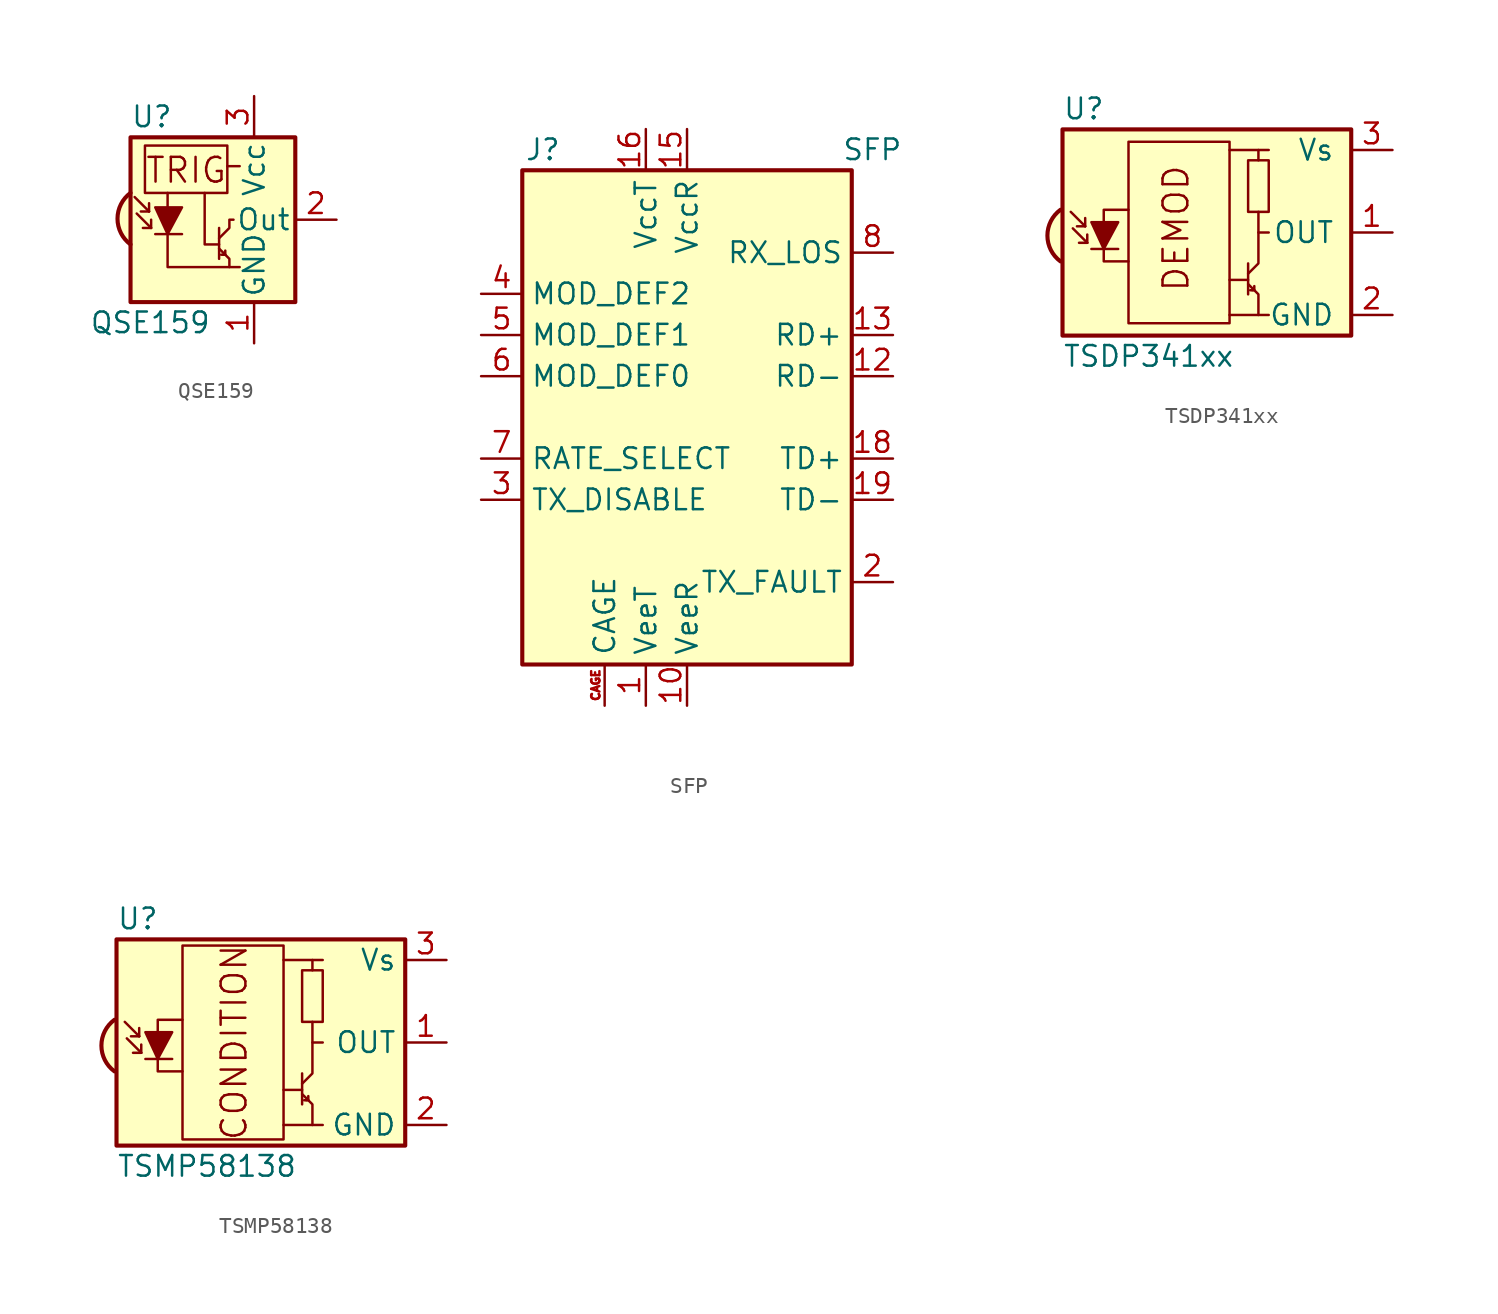
<source format=kicad_sym>
(kicad_symbol_lib
  (version 20211014)
  (generator kicad_symbol_editor)
  (symbol "QSE159"
    (pin_names
      (offset 0.254))
    (property "Reference" "U"
      (at -5.08 6.35 0)
      (effects (font (size 1.27 1.27)) (justify left)))
    (property "Value" "QSE159"
      (at -7.62 -6.35 0)
      (effects (font (size 1.27 1.27)) (justify left)))
    (symbol "QSE159_0_0"
      (arc (start -5.08 1.651) (mid -5.8829 0.0688) (end -5.08 -1.524) (stroke (width 0.254) (type default) (color 0 0 0 0)) (fill (type background)))
      (polyline (pts (xy 0.889 3.302) (xy 1.651 3.302)) (stroke (width 0) (type default) (color 0 0 0 0)) (fill (type none)))
      (polyline (pts (xy 0.381 -1.778) (xy 1.016 -2.413) (xy 1.016 -2.921)) (stroke (width 0) (type default) (color 0 0 0 0)) (fill (type none)))
      (polyline (pts (xy 0.381 -1.524) (xy -0.508 -1.524) (xy -0.508 1.651)) (stroke (width 0) (type default) (color 0 0 0 0)) (fill (type none)))
      (polyline (pts (xy 1.651 -2.921) (xy -2.794 -2.921) (xy -2.794 1.651)) (stroke (width 0) (type default) (color 0 0 0 0)) (fill (type none)))
      (polyline (pts (xy 0.381 -1.143) (xy 1.016 -0.508) (xy 1.016 0) (xy 1.27 0)) (stroke (width 0) (type default) (color 0 0 0 0)) (fill (type none)))
      (rectangle (start 0.889 4.572) (end -4.191 1.651) (stroke (width 0) (type default) (color 0 0 0 0)) (fill (type none)))
      (rectangle (start 5.08 5.08) (end -5.08 -5.08) (stroke (width 0.254) (type default) (color 0 0 0 0)) (fill (type background)))
      (text "TRIG" (at -1.651 3.048 0) (effects (font (size 1.524 1.524)))))
    (symbol "QSE159_0_1"
      (polyline (pts (xy -3.937 0.508) (xy -4.826 1.397)) (stroke (width 0) (type default) (color 0 0 0 0)) (fill (type none)))
      (polyline (pts (xy -3.937 0.508) (xy -4.445 0.508)) (stroke (width 0) (type default) (color 0 0 0 0)) (fill (type none)))
      (polyline (pts (xy -3.937 0.508) (xy -3.937 1.016)) (stroke (width 0) (type default) (color 0 0 0 0)) (fill (type none)))
      (polyline (pts (xy -3.81 -0.508) (xy -4.699 0.381)) (stroke (width 0) (type default) (color 0 0 0 0)) (fill (type none)))
      (polyline (pts (xy -3.81 -0.508) (xy -4.318 -0.508)) (stroke (width 0) (type default) (color 0 0 0 0)) (fill (type none)))
      (polyline (pts (xy -3.81 -0.508) (xy -3.81 0)) (stroke (width 0) (type default) (color 0 0 0 0)) (fill (type none)))
      (polyline (pts (xy -3.556 -0.889) (xy -1.905 -0.889)) (stroke (width 0) (type default) (color 0 0 0 0)) (fill (type none)))
      (polyline (pts (xy 0.381 -0.508) (xy 0.381 -2.413)) (stroke (width 0) (type default) (color 0 0 0 0)) (fill (type none)))
      (polyline (pts (xy 0.508 -2.159) (xy 0.635 -2.159)) (stroke (width 0) (type default) (color 0 0 0 0)) (fill (type none)))
      (polyline (pts (xy 0.762 -2.159) (xy 0.635 -2.159)) (stroke (width 0) (type default) (color 0 0 0 0)) (fill (type none)))
      (polyline (pts (xy 0.762 -2.159) (xy 0.762 -1.905)) (stroke (width 0) (type default) (color 0 0 0 0)) (fill (type none)))
      (polyline (pts (xy -3.556 0.762) (xy -1.905 0.762) (xy -2.794 -0.889) (xy -3.556 0.762)) (stroke (width 0) (type default) (color 0 0 0 0)) (fill (type outline))))
    (symbol "QSE159_1_1"
      (pin power_in line (at 2.54 -7.62 90) (length 2.54) (name "GND" (effects (font (size 1.27 1.27)))) (number "1" (effects (font (size 1.27 1.27)))))
      (pin output line (at 7.62 0 180) (length 2.54) (name "Out" (effects (font (size 1.27 1.27)))) (number "2" (effects (font (size 1.27 1.27)))))
      (pin power_in line (at 2.54 7.62 270) (length 2.54) (name "Vcc" (effects (font (size 1.27 1.27)))) (number "3" (effects (font (size 1.27 1.27)))))))
  (symbol "SFP"
    (property "Reference" "J"
      (at -8.89 16.51 0)
      (effects (font (size 1.27 1.27))))
    (property "Value" "SFP"
      (at 11.43 16.51 0)
      (effects (font (size 1.27 1.27))))
    (symbol "SFP_0_0"
      (rectangle (start -10.16 15.24) (end 10.16 -15.24) (stroke (width 0.254) (type default) (color 0 0 0 0)) (fill (type background))))
    (symbol "SFP_1_1"
      (pin power_in line (at -2.54 -17.78 90) (length 2.54) (name "VeeT" (effects (font (size 1.27 1.27)))) (number "1" (effects (font (size 1.27 1.27)))))
      (pin power_in line (at 0 -17.78 90) (length 2.54) (name "VeeR" (effects (font (size 1.27 1.27)))) (number "10" (effects (font (size 1.27 1.27)))))
      (pin passive line (at 0 -17.78 90) (length 2.54) hide (name "VeeR" (effects (font (size 1.27 1.27)))) (number "11" (effects (font (size 1.27 1.27)))))
      (pin output line (at 12.7 2.54 180) (length 2.54) (name "RD-" (effects (font (size 1.27 1.27)))) (number "12" (effects (font (size 1.27 1.27)))))
      (pin output line (at 12.7 5.08 180) (length 2.54) (name "RD+" (effects (font (size 1.27 1.27)))) (number "13" (effects (font (size 1.27 1.27)))))
      (pin passive line (at 0 -17.78 90) (length 2.54) hide (name "VeeR" (effects (font (size 1.27 1.27)))) (number "14" (effects (font (size 1.27 1.27)))))
      (pin power_in line (at 0 17.78 270) (length 2.54) (name "VccR" (effects (font (size 1.27 1.27)))) (number "15" (effects (font (size 1.27 1.27)))))
      (pin power_in line (at -2.54 17.78 270) (length 2.54) (name "VccT" (effects (font (size 1.27 1.27)))) (number "16" (effects (font (size 1.27 1.27)))))
      (pin passive line (at -2.54 -17.78 90) (length 2.54) hide (name "VeeT" (effects (font (size 1.27 1.27)))) (number "17" (effects (font (size 1.27 1.27)))))
      (pin input line (at 12.7 -2.54 180) (length 2.54) (name "TD+" (effects (font (size 1.27 1.27)))) (number "18" (effects (font (size 1.27 1.27)))))
      (pin input line (at 12.7 -5.08 180) (length 2.54) (name "TD-" (effects (font (size 1.27 1.27)))) (number "19" (effects (font (size 1.27 1.27)))))
      (pin open_collector line (at 12.7 -10.16 180) (length 2.54) (name "TX_FAULT" (effects (font (size 1.27 1.27)))) (number "2" (effects (font (size 1.27 1.27)))))
      (pin passive line (at -2.54 -17.78 90) (length 2.54) hide (name "VeeT" (effects (font (size 1.27 1.27)))) (number "20" (effects (font (size 1.27 1.27)))))
      (pin input line (at -12.7 -5.08 0) (length 2.54) (name "TX_DISABLE" (effects (font (size 1.27 1.27)))) (number "3" (effects (font (size 1.27 1.27)))))
      (pin bidirectional line (at -12.7 7.62 0) (length 2.54) (name "MOD_DEF2" (effects (font (size 1.27 1.27)))) (number "4" (effects (font (size 1.27 1.27)))))
      (pin input line (at -12.7 5.08 0) (length 2.54) (name "MOD_DEF1" (effects (font (size 1.27 1.27)))) (number "5" (effects (font (size 1.27 1.27)))))
      (pin passive line (at -12.7 2.54 0) (length 2.54) (name "MOD_DEF0" (effects (font (size 1.27 1.27)))) (number "6" (effects (font (size 1.27 1.27)))))
      (pin input line (at -12.7 -2.54 0) (length 2.54) (name "RATE_SELECT" (effects (font (size 1.27 1.27)))) (number "7" (effects (font (size 1.27 1.27)))))
      (pin open_collector line (at 12.7 10.16 180) (length 2.54) (name "RX_LOS" (effects (font (size 1.27 1.27)))) (number "8" (effects (font (size 1.27 1.27)))))
      (pin passive line (at 0 -17.78 90) (length 2.54) hide (name "VeeR" (effects (font (size 1.27 1.27)))) (number "9" (effects (font (size 1.27 1.27)))))
      (pin passive line (at -5.08 -17.78 90) (length 2.54) (name "CAGE" (effects (font (size 1.27 1.27)))) (number "CAGE" (effects (font (size 0.508 0.508)))))))
  (symbol "TSDP341xx"
    (pin_names
      (offset 1.016))
    (property "Reference" "U"
      (at -10.16 7.62 0)
      (effects (font (size 1.27 1.27)) (justify left)))
    (property "Value" "TSDP341xx"
      (at -10.16 -7.62 0)
      (effects (font (size 1.27 1.27)) (justify left)))
    (symbol "TSDP341xx_0_0"
      (arc (start -10.287 1.397) (mid -11.0899 -0.1852) (end -10.287 -1.778) (stroke (width 0.254) (type default) (color 0 0 0 0)) (fill (type background)))
      (polyline (pts (xy 1.905 -5.08) (xy 0.127 -5.08)) (stroke (width 0) (type default) (color 0 0 0 0)) (fill (type none)))
      (polyline (pts (xy 1.905 5.08) (xy 0.127 5.08)) (stroke (width 0) (type default) (color 0 0 0 0)) (fill (type none)))
      (text "DEMOD" (at -3.175 0.254 900) (effects (font (size 1.524 1.524)))))
    (symbol "TSDP341xx_0_1"
      (rectangle (start -6.096 5.588) (end 0.127 -5.588) (stroke (width 0) (type default) (color 0 0 0 0)) (fill (type none)))
      (polyline (pts (xy -8.763 0.381) (xy -9.652 1.27)) (stroke (width 0) (type default) (color 0 0 0 0)) (fill (type none)))
      (polyline (pts (xy -8.763 0.381) (xy -9.271 0.381)) (stroke (width 0) (type default) (color 0 0 0 0)) (fill (type none)))
      (polyline (pts (xy -8.763 0.381) (xy -8.763 0.889)) (stroke (width 0) (type default) (color 0 0 0 0)) (fill (type none)))
      (polyline (pts (xy -8.636 -0.635) (xy -9.525 0.254)) (stroke (width 0) (type default) (color 0 0 0 0)) (fill (type none)))
      (polyline (pts (xy -8.636 -0.635) (xy -9.144 -0.635)) (stroke (width 0) (type default) (color 0 0 0 0)) (fill (type none)))
      (polyline (pts (xy -8.636 -0.635) (xy -8.636 -0.127)) (stroke (width 0) (type default) (color 0 0 0 0)) (fill (type none)))
      (polyline (pts (xy -8.382 -1.016) (xy -6.731 -1.016)) (stroke (width 0) (type default) (color 0 0 0 0)) (fill (type none)))
      (polyline (pts (xy 1.27 -2.921) (xy 0.127 -2.921)) (stroke (width 0) (type default) (color 0 0 0 0)) (fill (type none)))
      (polyline (pts (xy 1.27 -1.905) (xy 1.27 -3.81)) (stroke (width 0) (type default) (color 0 0 0 0)) (fill (type none)))
      (polyline (pts (xy 1.397 -3.556) (xy 1.524 -3.556)) (stroke (width 0) (type default) (color 0 0 0 0)) (fill (type none)))
      (polyline (pts (xy 1.651 -3.556) (xy 1.524 -3.556)) (stroke (width 0) (type default) (color 0 0 0 0)) (fill (type none)))
      (polyline (pts (xy 1.651 -3.556) (xy 1.651 -3.302)) (stroke (width 0) (type default) (color 0 0 0 0)) (fill (type none)))
      (polyline (pts (xy 1.905 0) (xy 1.905 1.27)) (stroke (width 0) (type default) (color 0 0 0 0)) (fill (type none)))
      (polyline (pts (xy 1.905 4.445) (xy 1.905 5.08) (xy 2.54 5.08)) (stroke (width 0) (type default) (color 0 0 0 0)) (fill (type none)))
      (polyline (pts (xy -8.382 0.635) (xy -6.731 0.635) (xy -7.62 -1.016) (xy -8.382 0.635)) (stroke (width 0) (type default) (color 0 0 0 0)) (fill (type outline)))
      (polyline (pts (xy -6.096 1.397) (xy -7.62 1.397) (xy -7.62 -1.778) (xy -6.096 -1.778)) (stroke (width 0) (type default) (color 0 0 0 0)) (fill (type none)))
      (polyline (pts (xy 1.27 -3.175) (xy 1.905 -3.81) (xy 1.905 -5.08) (xy 2.54 -5.08)) (stroke (width 0) (type default) (color 0 0 0 0)) (fill (type none)))
      (polyline (pts (xy 1.27 -2.54) (xy 1.905 -1.905) (xy 1.905 0) (xy 2.54 0)) (stroke (width 0) (type default) (color 0 0 0 0)) (fill (type none)))
      (rectangle (start 2.54 1.27) (end 1.27 4.445) (stroke (width 0) (type default) (color 0 0 0 0)) (fill (type none)))
      (rectangle (start 7.62 6.35) (end -10.16 -6.35) (stroke (width 0.254) (type default) (color 0 0 0 0)) (fill (type background))))
    (symbol "TSDP341xx_1_1"
      (pin output line (at 10.16 0 180) (length 2.54) (name "OUT" (effects (font (size 1.27 1.27)))) (number "1" (effects (font (size 1.27 1.27)))))
      (pin power_in line (at 10.16 -5.08 180) (length 2.54) (name "GND" (effects (font (size 1.27 1.27)))) (number "2" (effects (font (size 1.27 1.27)))))
      (pin power_in line (at 10.16 5.08 180) (length 2.54) (name "Vs" (effects (font (size 1.27 1.27)))) (number "3" (effects (font (size 1.27 1.27)))))))
  (symbol "TSMP58138"
    (property "Reference" "U"
      (at -10.16 7.62 0)
      (effects (font (size 1.27 1.27)) (justify left)))
    (property "Value" "TSMP58138"
      (at -10.16 -7.62 0)
      (effects (font (size 1.27 1.27)) (justify left)))
    (symbol "TSMP58138_0_0"
      (arc (start -10.287 1.397) (mid -11.0899 -0.1852) (end -10.287 -1.778) (stroke (width 0.254) (type default) (color 0 0 0 0)) (fill (type background)))
      (polyline (pts (xy 1.905 -5.08) (xy 0.127 -5.08)) (stroke (width 0) (type default) (color 0 0 0 0)) (fill (type none)))
      (polyline (pts (xy 1.905 5.08) (xy 0.127 5.08)) (stroke (width 0) (type default) (color 0 0 0 0)) (fill (type none)))
      (text "CONDITION" (at -2.921 0 900) (effects (font (size 1.524 1.524)))))
    (symbol "TSMP58138_0_1"
      (rectangle (start -6.096 5.969) (end 0.127 -5.969) (stroke (width 0) (type default) (color 0 0 0 0)) (fill (type none)))
      (polyline (pts (xy -8.763 0.381) (xy -9.652 1.27)) (stroke (width 0) (type default) (color 0 0 0 0)) (fill (type none)))
      (polyline (pts (xy -8.763 0.381) (xy -9.271 0.381)) (stroke (width 0) (type default) (color 0 0 0 0)) (fill (type none)))
      (polyline (pts (xy -8.763 0.381) (xy -8.763 0.889)) (stroke (width 0) (type default) (color 0 0 0 0)) (fill (type none)))
      (polyline (pts (xy -8.636 -0.635) (xy -9.525 0.254)) (stroke (width 0) (type default) (color 0 0 0 0)) (fill (type none)))
      (polyline (pts (xy -8.636 -0.635) (xy -9.144 -0.635)) (stroke (width 0) (type default) (color 0 0 0 0)) (fill (type none)))
      (polyline (pts (xy -8.636 -0.635) (xy -8.636 -0.127)) (stroke (width 0) (type default) (color 0 0 0 0)) (fill (type none)))
      (polyline (pts (xy -8.382 -1.016) (xy -6.731 -1.016)) (stroke (width 0) (type default) (color 0 0 0 0)) (fill (type none)))
      (polyline (pts (xy 1.27 -2.921) (xy 0.127 -2.921)) (stroke (width 0) (type default) (color 0 0 0 0)) (fill (type none)))
      (polyline (pts (xy 1.27 -1.905) (xy 1.27 -3.81)) (stroke (width 0) (type default) (color 0 0 0 0)) (fill (type none)))
      (polyline (pts (xy 1.397 -3.556) (xy 1.524 -3.556)) (stroke (width 0) (type default) (color 0 0 0 0)) (fill (type none)))
      (polyline (pts (xy 1.651 -3.556) (xy 1.524 -3.556)) (stroke (width 0) (type default) (color 0 0 0 0)) (fill (type none)))
      (polyline (pts (xy 1.651 -3.556) (xy 1.651 -3.302)) (stroke (width 0) (type default) (color 0 0 0 0)) (fill (type none)))
      (polyline (pts (xy 1.905 0) (xy 1.905 1.27)) (stroke (width 0) (type default) (color 0 0 0 0)) (fill (type none)))
      (polyline (pts (xy 1.905 4.445) (xy 1.905 5.08) (xy 2.54 5.08)) (stroke (width 0) (type default) (color 0 0 0 0)) (fill (type none)))
      (polyline (pts (xy -8.382 0.635) (xy -6.731 0.635) (xy -7.62 -1.016) (xy -8.382 0.635)) (stroke (width 0) (type default) (color 0 0 0 0)) (fill (type outline)))
      (polyline (pts (xy -6.096 1.397) (xy -7.62 1.397) (xy -7.62 -1.778) (xy -6.096 -1.778)) (stroke (width 0) (type default) (color 0 0 0 0)) (fill (type none)))
      (polyline (pts (xy 1.27 -3.175) (xy 1.905 -3.81) (xy 1.905 -5.08) (xy 2.54 -5.08)) (stroke (width 0) (type default) (color 0 0 0 0)) (fill (type none)))
      (polyline (pts (xy 1.27 -2.54) (xy 1.905 -1.905) (xy 1.905 0) (xy 2.54 0)) (stroke (width 0) (type default) (color 0 0 0 0)) (fill (type none)))
      (rectangle (start 2.54 1.27) (end 1.27 4.445) (stroke (width 0) (type default) (color 0 0 0 0)) (fill (type none)))
      (rectangle (start 7.62 6.35) (end -10.16 -6.35) (stroke (width 0.254) (type default) (color 0 0 0 0)) (fill (type background))))
    (symbol "TSMP58138_1_1"
      (pin output line (at 10.16 0 180) (length 2.54) (name "OUT" (effects (font (size 1.27 1.27)))) (number "1" (effects (font (size 1.27 1.27)))))
      (pin power_in line (at 10.16 -5.08 180) (length 2.54) (name "GND" (effects (font (size 1.27 1.27)))) (number "2" (effects (font (size 1.27 1.27)))))
      (pin power_in line (at 10.16 5.08 180) (length 2.54) (name "Vs" (effects (font (size 1.27 1.27)))) (number "3" (effects (font (size 1.27 1.27))))))))
</source>
